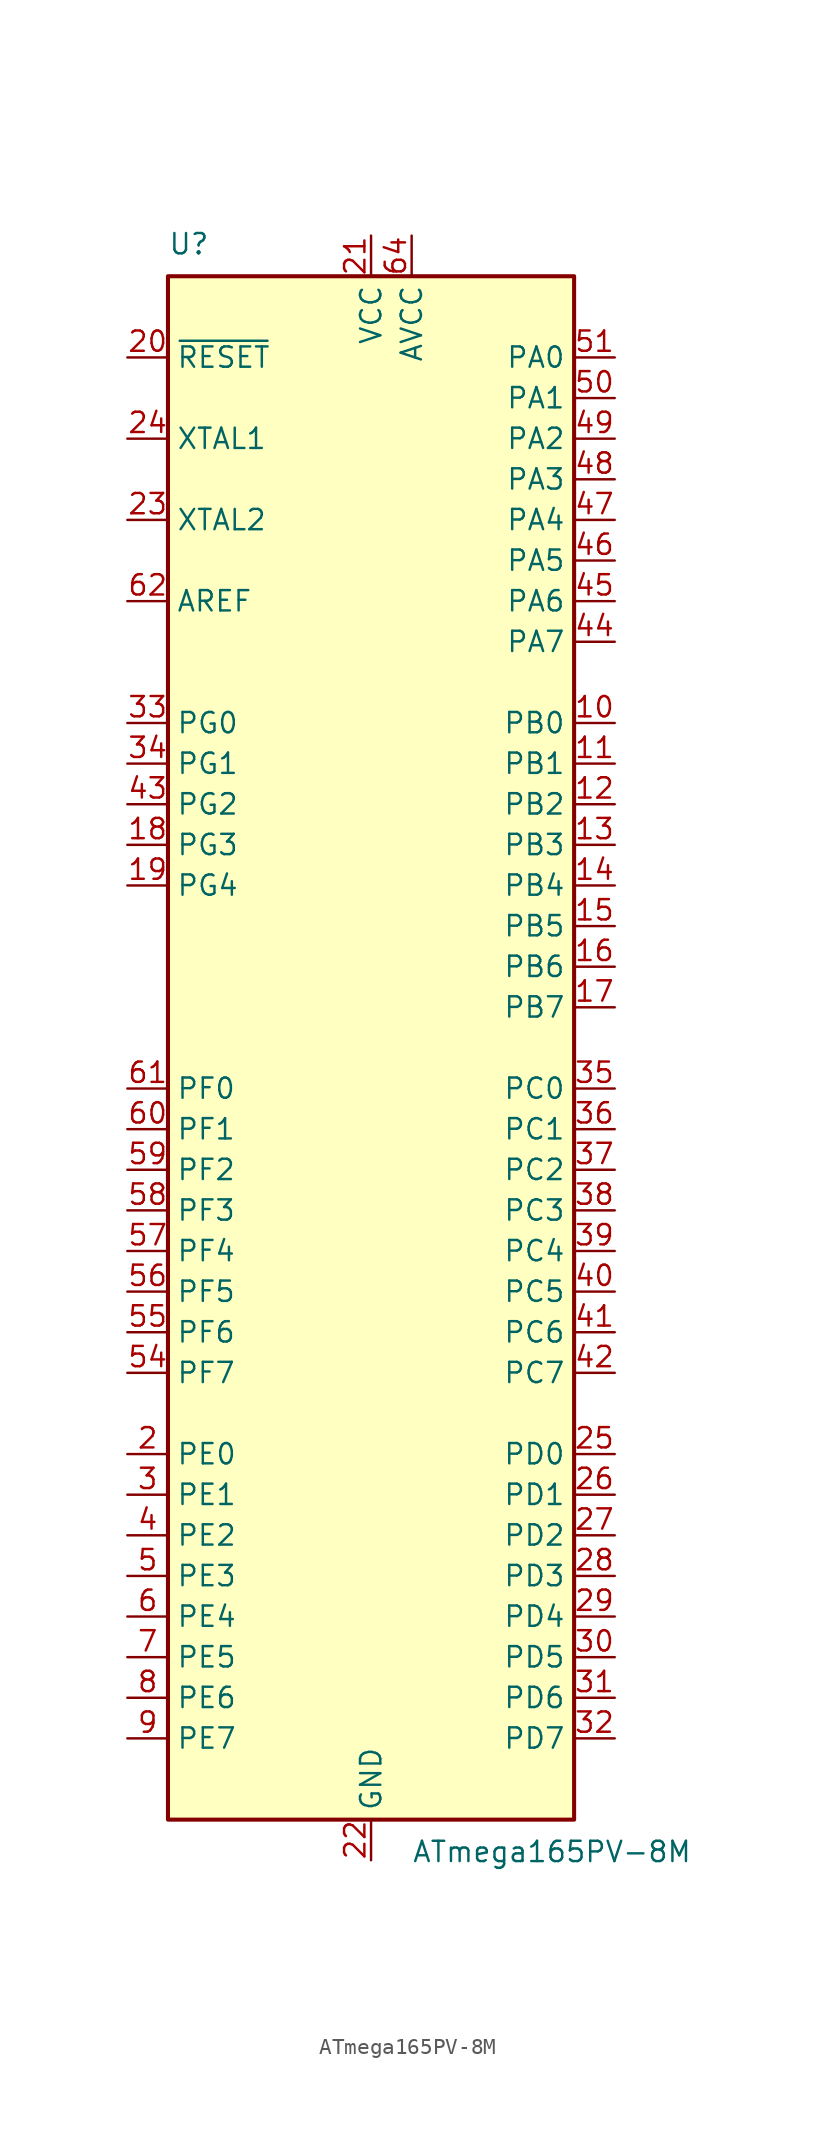
<source format=kicad_sym>
(kicad_symbol_lib
  (version 20201005)
  (generator kicad_symbol_editor)
  (symbol "ATmega165PV-8M"
    (property "Reference" "U"
      (at -12.7 49.53 0)
      (effects (font (size 1.27 1.27)) (justify left bottom)))
    (property "Value" "ATmega165PV-8M"
      (at 2.54 -49.53 0)
      (effects (font (size 1.27 1.27)) (justify left top)))
    (symbol "ATmega165PV-8M_0_1"
      (rectangle (start -12.7 -48.26) (end 12.7 48.26) (stroke (width 0.254)) (fill (type background))))
    (symbol "ATmega165PV-8M_1_1"
      (pin no_connect line (at -12.7 -45.72 0) (length 2.54) hide (name "NC" (effects (font (size 1.27 1.27)))) (number "1" (effects (font (size 1.27 1.27)))))
      (pin bidirectional line (at 15.24 20.32 180) (length 2.54) (name "PB0" (effects (font (size 1.27 1.27)))) (number "10" (effects (font (size 1.27 1.27)))))
      (pin bidirectional line (at 15.24 17.78 180) (length 2.54) (name "PB1" (effects (font (size 1.27 1.27)))) (number "11" (effects (font (size 1.27 1.27)))))
      (pin bidirectional line (at 15.24 15.24 180) (length 2.54) (name "PB2" (effects (font (size 1.27 1.27)))) (number "12" (effects (font (size 1.27 1.27)))))
      (pin bidirectional line (at 15.24 12.7 180) (length 2.54) (name "PB3" (effects (font (size 1.27 1.27)))) (number "13" (effects (font (size 1.27 1.27)))))
      (pin bidirectional line (at 15.24 10.16 180) (length 2.54) (name "PB4" (effects (font (size 1.27 1.27)))) (number "14" (effects (font (size 1.27 1.27)))))
      (pin bidirectional line (at 15.24 7.62 180) (length 2.54) (name "PB5" (effects (font (size 1.27 1.27)))) (number "15" (effects (font (size 1.27 1.27)))))
      (pin bidirectional line (at 15.24 5.08 180) (length 2.54) (name "PB6" (effects (font (size 1.27 1.27)))) (number "16" (effects (font (size 1.27 1.27)))))
      (pin bidirectional line (at 15.24 2.54 180) (length 2.54) (name "PB7" (effects (font (size 1.27 1.27)))) (number "17" (effects (font (size 1.27 1.27)))))
      (pin bidirectional line (at -15.24 12.7 0) (length 2.54) (name "PG3" (effects (font (size 1.27 1.27)))) (number "18" (effects (font (size 1.27 1.27)))))
      (pin bidirectional line (at -15.24 10.16 0) (length 2.54) (name "PG4" (effects (font (size 1.27 1.27)))) (number "19" (effects (font (size 1.27 1.27)))))
      (pin bidirectional line (at -15.24 -25.4 0) (length 2.54) (name "PE0" (effects (font (size 1.27 1.27)))) (number "2" (effects (font (size 1.27 1.27)))))
      (pin input line (at -15.24 43.18 0) (length 2.54) (name "~RESET" (effects (font (size 1.27 1.27)))) (number "20" (effects (font (size 1.27 1.27)))))
      (pin power_in line (at 0 50.8 270) (length 2.54) (name "VCC" (effects (font (size 1.27 1.27)))) (number "21" (effects (font (size 1.27 1.27)))))
      (pin power_in line (at 0 -50.8 90) (length 2.54) (name "GND" (effects (font (size 1.27 1.27)))) (number "22" (effects (font (size 1.27 1.27)))))
      (pin output line (at -15.24 33.02 0) (length 2.54) (name "XTAL2" (effects (font (size 1.27 1.27)))) (number "23" (effects (font (size 1.27 1.27)))))
      (pin input line (at -15.24 38.1 0) (length 2.54) (name "XTAL1" (effects (font (size 1.27 1.27)))) (number "24" (effects (font (size 1.27 1.27)))))
      (pin bidirectional line (at 15.24 -25.4 180) (length 2.54) (name "PD0" (effects (font (size 1.27 1.27)))) (number "25" (effects (font (size 1.27 1.27)))))
      (pin bidirectional line (at 15.24 -27.94 180) (length 2.54) (name "PD1" (effects (font (size 1.27 1.27)))) (number "26" (effects (font (size 1.27 1.27)))))
      (pin bidirectional line (at 15.24 -30.48 180) (length 2.54) (name "PD2" (effects (font (size 1.27 1.27)))) (number "27" (effects (font (size 1.27 1.27)))))
      (pin bidirectional line (at 15.24 -33.02 180) (length 2.54) (name "PD3" (effects (font (size 1.27 1.27)))) (number "28" (effects (font (size 1.27 1.27)))))
      (pin bidirectional line (at 15.24 -35.56 180) (length 2.54) (name "PD4" (effects (font (size 1.27 1.27)))) (number "29" (effects (font (size 1.27 1.27)))))
      (pin bidirectional line (at -15.24 -27.94 0) (length 2.54) (name "PE1" (effects (font (size 1.27 1.27)))) (number "3" (effects (font (size 1.27 1.27)))))
      (pin bidirectional line (at 15.24 -38.1 180) (length 2.54) (name "PD5" (effects (font (size 1.27 1.27)))) (number "30" (effects (font (size 1.27 1.27)))))
      (pin bidirectional line (at 15.24 -40.64 180) (length 2.54) (name "PD6" (effects (font (size 1.27 1.27)))) (number "31" (effects (font (size 1.27 1.27)))))
      (pin bidirectional line (at 15.24 -43.18 180) (length 2.54) (name "PD7" (effects (font (size 1.27 1.27)))) (number "32" (effects (font (size 1.27 1.27)))))
      (pin bidirectional line (at -15.24 20.32 0) (length 2.54) (name "PG0" (effects (font (size 1.27 1.27)))) (number "33" (effects (font (size 1.27 1.27)))))
      (pin bidirectional line (at -15.24 17.78 0) (length 2.54) (name "PG1" (effects (font (size 1.27 1.27)))) (number "34" (effects (font (size 1.27 1.27)))))
      (pin bidirectional line (at 15.24 -2.54 180) (length 2.54) (name "PC0" (effects (font (size 1.27 1.27)))) (number "35" (effects (font (size 1.27 1.27)))))
      (pin bidirectional line (at 15.24 -5.08 180) (length 2.54) (name "PC1" (effects (font (size 1.27 1.27)))) (number "36" (effects (font (size 1.27 1.27)))))
      (pin bidirectional line (at 15.24 -7.62 180) (length 2.54) (name "PC2" (effects (font (size 1.27 1.27)))) (number "37" (effects (font (size 1.27 1.27)))))
      (pin bidirectional line (at 15.24 -10.16 180) (length 2.54) (name "PC3" (effects (font (size 1.27 1.27)))) (number "38" (effects (font (size 1.27 1.27)))))
      (pin bidirectional line (at 15.24 -12.7 180) (length 2.54) (name "PC4" (effects (font (size 1.27 1.27)))) (number "39" (effects (font (size 1.27 1.27)))))
      (pin bidirectional line (at -15.24 -30.48 0) (length 2.54) (name "PE2" (effects (font (size 1.27 1.27)))) (number "4" (effects (font (size 1.27 1.27)))))
      (pin bidirectional line (at 15.24 -15.24 180) (length 2.54) (name "PC5" (effects (font (size 1.27 1.27)))) (number "40" (effects (font (size 1.27 1.27)))))
      (pin bidirectional line (at 15.24 -17.78 180) (length 2.54) (name "PC6" (effects (font (size 1.27 1.27)))) (number "41" (effects (font (size 1.27 1.27)))))
      (pin bidirectional line (at 15.24 -20.32 180) (length 2.54) (name "PC7" (effects (font (size 1.27 1.27)))) (number "42" (effects (font (size 1.27 1.27)))))
      (pin bidirectional line (at -15.24 15.24 0) (length 2.54) (name "PG2" (effects (font (size 1.27 1.27)))) (number "43" (effects (font (size 1.27 1.27)))))
      (pin bidirectional line (at 15.24 25.4 180) (length 2.54) (name "PA7" (effects (font (size 1.27 1.27)))) (number "44" (effects (font (size 1.27 1.27)))))
      (pin bidirectional line (at 15.24 27.94 180) (length 2.54) (name "PA6" (effects (font (size 1.27 1.27)))) (number "45" (effects (font (size 1.27 1.27)))))
      (pin bidirectional line (at 15.24 30.48 180) (length 2.54) (name "PA5" (effects (font (size 1.27 1.27)))) (number "46" (effects (font (size 1.27 1.27)))))
      (pin bidirectional line (at 15.24 33.02 180) (length 2.54) (name "PA4" (effects (font (size 1.27 1.27)))) (number "47" (effects (font (size 1.27 1.27)))))
      (pin bidirectional line (at 15.24 35.56 180) (length 2.54) (name "PA3" (effects (font (size 1.27 1.27)))) (number "48" (effects (font (size 1.27 1.27)))))
      (pin bidirectional line (at 15.24 38.1 180) (length 2.54) (name "PA2" (effects (font (size 1.27 1.27)))) (number "49" (effects (font (size 1.27 1.27)))))
      (pin bidirectional line (at -15.24 -33.02 0) (length 2.54) (name "PE3" (effects (font (size 1.27 1.27)))) (number "5" (effects (font (size 1.27 1.27)))))
      (pin bidirectional line (at 15.24 40.64 180) (length 2.54) (name "PA1" (effects (font (size 1.27 1.27)))) (number "50" (effects (font (size 1.27 1.27)))))
      (pin bidirectional line (at 15.24 43.18 180) (length 2.54) (name "PA0" (effects (font (size 1.27 1.27)))) (number "51" (effects (font (size 1.27 1.27)))))
      (pin passive line (at 0 50.8 270) (length 2.54) hide (name "VCC" (effects (font (size 1.27 1.27)))) (number "52" (effects (font (size 1.27 1.27)))))
      (pin passive line (at 0 -50.8 90) (length 2.54) hide (name "GND" (effects (font (size 1.27 1.27)))) (number "53" (effects (font (size 1.27 1.27)))))
      (pin bidirectional line (at -15.24 -20.32 0) (length 2.54) (name "PF7" (effects (font (size 1.27 1.27)))) (number "54" (effects (font (size 1.27 1.27)))))
      (pin bidirectional line (at -15.24 -17.78 0) (length 2.54) (name "PF6" (effects (font (size 1.27 1.27)))) (number "55" (effects (font (size 1.27 1.27)))))
      (pin bidirectional line (at -15.24 -15.24 0) (length 2.54) (name "PF5" (effects (font (size 1.27 1.27)))) (number "56" (effects (font (size 1.27 1.27)))))
      (pin bidirectional line (at -15.24 -12.7 0) (length 2.54) (name "PF4" (effects (font (size 1.27 1.27)))) (number "57" (effects (font (size 1.27 1.27)))))
      (pin bidirectional line (at -15.24 -10.16 0) (length 2.54) (name "PF3" (effects (font (size 1.27 1.27)))) (number "58" (effects (font (size 1.27 1.27)))))
      (pin bidirectional line (at -15.24 -7.62 0) (length 2.54) (name "PF2" (effects (font (size 1.27 1.27)))) (number "59" (effects (font (size 1.27 1.27)))))
      (pin bidirectional line (at -15.24 -35.56 0) (length 2.54) (name "PE4" (effects (font (size 1.27 1.27)))) (number "6" (effects (font (size 1.27 1.27)))))
      (pin bidirectional line (at -15.24 -5.08 0) (length 2.54) (name "PF1" (effects (font (size 1.27 1.27)))) (number "60" (effects (font (size 1.27 1.27)))))
      (pin bidirectional line (at -15.24 -2.54 0) (length 2.54) (name "PF0" (effects (font (size 1.27 1.27)))) (number "61" (effects (font (size 1.27 1.27)))))
      (pin passive line (at -15.24 27.94 0) (length 2.54) (name "AREF" (effects (font (size 1.27 1.27)))) (number "62" (effects (font (size 1.27 1.27)))))
      (pin passive line (at 0 -50.8 90) (length 2.54) hide (name "GND" (effects (font (size 1.27 1.27)))) (number "63" (effects (font (size 1.27 1.27)))))
      (pin power_in line (at 2.54 50.8 270) (length 2.54) (name "AVCC" (effects (font (size 1.27 1.27)))) (number "64" (effects (font (size 1.27 1.27)))))
      (pin passive line (at 0 -50.8 90) (length 2.54) hide (name "GND" (effects (font (size 1.27 1.27)))) (number "65" (effects (font (size 1.27 1.27)))))
      (pin bidirectional line (at -15.24 -38.1 0) (length 2.54) (name "PE5" (effects (font (size 1.27 1.27)))) (number "7" (effects (font (size 1.27 1.27)))))
      (pin bidirectional line (at -15.24 -40.64 0) (length 2.54) (name "PE6" (effects (font (size 1.27 1.27)))) (number "8" (effects (font (size 1.27 1.27)))))
      (pin bidirectional line (at -15.24 -43.18 0) (length 2.54) (name "PE7" (effects (font (size 1.27 1.27)))) (number "9" (effects (font (size 1.27 1.27))))))))
</source>
